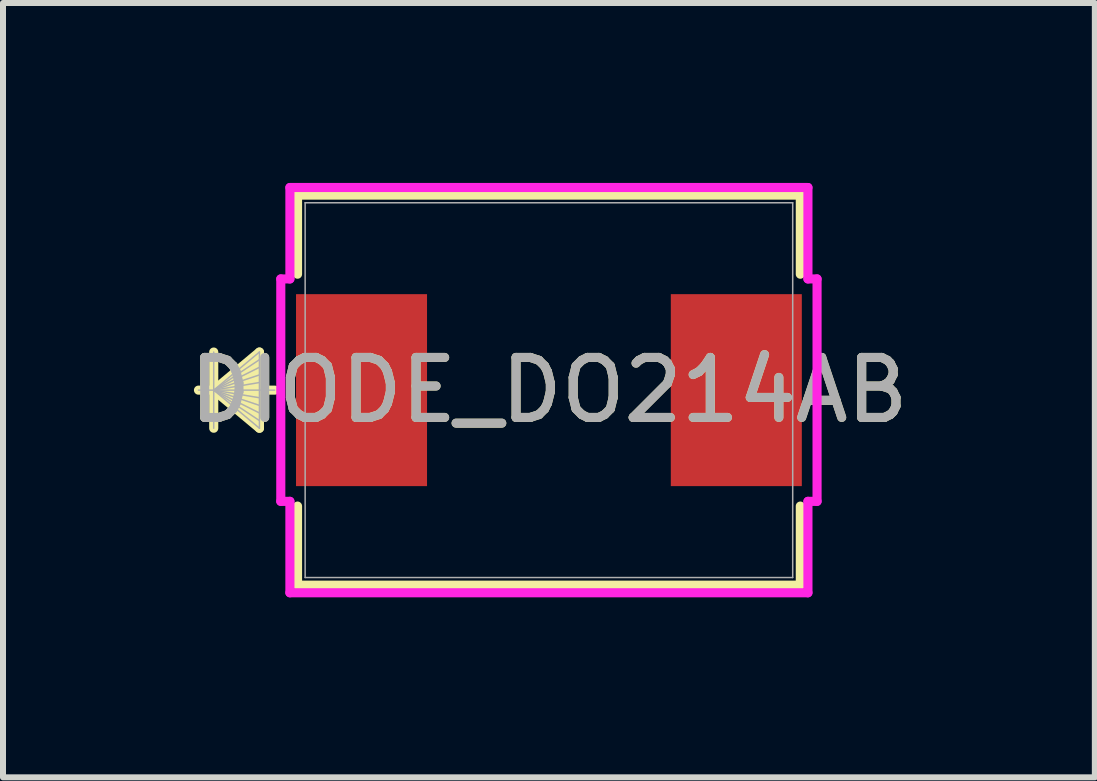
<source format=kicad_pcb>
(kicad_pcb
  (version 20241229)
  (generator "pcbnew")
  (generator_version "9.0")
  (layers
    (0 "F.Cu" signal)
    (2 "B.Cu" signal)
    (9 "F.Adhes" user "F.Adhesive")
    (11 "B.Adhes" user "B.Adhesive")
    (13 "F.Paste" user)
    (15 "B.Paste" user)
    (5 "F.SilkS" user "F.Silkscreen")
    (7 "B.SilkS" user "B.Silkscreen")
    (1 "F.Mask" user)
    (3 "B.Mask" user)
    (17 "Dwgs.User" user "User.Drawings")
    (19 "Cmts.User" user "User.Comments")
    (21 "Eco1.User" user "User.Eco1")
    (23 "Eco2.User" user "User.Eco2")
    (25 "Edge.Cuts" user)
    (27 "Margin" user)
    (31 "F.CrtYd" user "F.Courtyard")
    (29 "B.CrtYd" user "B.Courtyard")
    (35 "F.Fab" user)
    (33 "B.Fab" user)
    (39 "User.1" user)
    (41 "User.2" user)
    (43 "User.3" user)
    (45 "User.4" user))
  (footprint "DIODE_DO214AB"
    (layer "F.Cu")
    (at 6.101 3.454)
    (property "Reference" "DIODE_DO214AB" (at 0 0 0) (unlocked yes) (layer "F.SilkS") (effects (font (size 1 1) (thickness 0.15))))
    (attr smd)
    (fp_line (start -5.588 -0.635) (end -5.588 0.635) (stroke (width 0.152) (type solid)) (layer "F.SilkS"))
    (fp_line (start -5.588 0) (end -4.826 -0.635) (stroke (width 0.152) (type solid)) (layer "F.SilkS"))
    (fp_line (start -5.588 0) (end -4.826 -0.508) (stroke (width 0.152) (type solid)) (layer "F.SilkS"))
    (fp_line (start -5.588 0) (end -4.826 -0.381) (stroke (width 0.152) (type solid)) (layer "F.SilkS"))
    (fp_line (start -5.588 0) (end -4.826 -0.254) (stroke (width 0.152) (type solid)) (layer "F.SilkS"))
    (fp_line (start -5.588 0) (end -4.826 -0.127) (stroke (width 0.152) (type solid)) (layer "F.SilkS"))
    (fp_line (start -5.588 0) (end -4.826 0.127) (stroke (width 0.152) (type solid)) (layer "F.SilkS"))
    (fp_line (start -5.588 0) (end -4.826 0.254) (stroke (width 0.152) (type solid)) (layer "F.SilkS"))
    (fp_line (start -5.588 0) (end -4.826 0.381) (stroke (width 0.152) (type solid)) (layer "F.SilkS"))
    (fp_line (start -5.588 0) (end -4.826 0.508) (stroke (width 0.152) (type solid)) (layer "F.SilkS"))
    (fp_line (start -5.588 0) (end -4.826 0.635) (stroke (width 0.152) (type solid)) (layer "F.SilkS"))
    (fp_line (start -4.826 -0.635) (end -4.826 0.635) (stroke (width 0.152) (type solid)) (layer "F.SilkS"))
    (fp_line (start -4.572 0) (end -5.842 0) (stroke (width 0.152) (type solid)) (layer "F.SilkS"))
    (fp_line (start -4.191 -3.251) (end -4.191 -1.933) (stroke (width 0.152) (type solid)) (layer "F.SilkS"))
    (fp_line (start -4.191 1.933) (end -4.191 3.251) (stroke (width 0.152) (type solid)) (layer "F.SilkS"))
    (fp_line (start -4.191 3.251) (end 4.191 3.251) (stroke (width 0.152) (type solid)) (layer "F.SilkS"))
    (fp_line (start 4.191 -3.251) (end -4.191 -3.251) (stroke (width 0.152) (type solid)) (layer "F.SilkS"))
    (fp_line (start 4.191 -1.933) (end 4.191 -3.251) (stroke (width 0.152) (type solid)) (layer "F.SilkS"))
    (fp_line (start 4.191 3.251) (end 4.191 1.933) (stroke (width 0.152) (type solid)) (layer "F.SilkS"))
    (fp_line (start -4.47 -1.854) (end -4.318 -1.854) (stroke (width 0.152) (type solid)) (layer "F.CrtYd"))
    (fp_line (start -4.47 1.854) (end -4.47 -1.854) (stroke (width 0.152) (type solid)) (layer "F.CrtYd"))
    (fp_line (start -4.318 -3.378) (end 4.318 -3.378) (stroke (width 0.152) (type solid)) (layer "F.CrtYd"))
    (fp_line (start -4.318 -1.854) (end -4.318 -3.378) (stroke (width 0.152) (type solid)) (layer "F.CrtYd"))
    (fp_line (start -4.318 1.854) (end -4.47 1.854) (stroke (width 0.152) (type solid)) (layer "F.CrtYd"))
    (fp_line (start -4.318 3.378) (end -4.318 1.854) (stroke (width 0.152) (type solid)) (layer "F.CrtYd"))
    (fp_line (start 4.318 -3.378) (end 4.318 -1.854) (stroke (width 0.152) (type solid)) (layer "F.CrtYd"))
    (fp_line (start 4.318 -1.854) (end 4.47 -1.854) (stroke (width 0.152) (type solid)) (layer "F.CrtYd"))
    (fp_line (start 4.318 1.854) (end 4.318 3.378) (stroke (width 0.152) (type solid)) (layer "F.CrtYd"))
    (fp_line (start 4.318 3.378) (end -4.318 3.378) (stroke (width 0.152) (type solid)) (layer "F.CrtYd"))
    (fp_line (start 4.47 -1.854) (end 4.47 1.854) (stroke (width 0.152) (type solid)) (layer "F.CrtYd"))
    (fp_line (start 4.47 1.854) (end 4.318 1.854) (stroke (width 0.152) (type solid)) (layer "F.CrtYd"))
    (fp_line (start -5.588 -0.635) (end -5.588 0.635) (stroke (width 0.025) (type solid)) (layer "F.Fab"))
    (fp_line (start -5.588 0) (end -4.826 -0.635) (stroke (width 0.025) (type solid)) (layer "F.Fab"))
    (fp_line (start -5.588 0) (end -4.826 -0.508) (stroke (width 0.025) (type solid)) (layer "F.Fab"))
    (fp_line (start -5.588 0) (end -4.826 -0.381) (stroke (width 0.025) (type solid)) (layer "F.Fab"))
    (fp_line (start -5.588 0) (end -4.826 -0.254) (stroke (width 0.025) (type solid)) (layer "F.Fab"))
    (fp_line (start -5.588 0) (end -4.826 -0.127) (stroke (width 0.025) (type solid)) (layer "F.Fab"))
    (fp_line (start -5.588 0) (end -4.826 0.127) (stroke (width 0.025) (type solid)) (layer "F.Fab"))
    (fp_line (start -5.588 0) (end -4.826 0.254) (stroke (width 0.025) (type solid)) (layer "F.Fab"))
    (fp_line (start -5.588 0) (end -4.826 0.381) (stroke (width 0.025) (type solid)) (layer "F.Fab"))
    (fp_line (start -5.588 0) (end -4.826 0.508) (stroke (width 0.025) (type solid)) (layer "F.Fab"))
    (fp_line (start -5.588 0) (end -4.826 0.635) (stroke (width 0.025) (type solid)) (layer "F.Fab"))
    (fp_line (start -4.826 -0.635) (end -4.826 0.635) (stroke (width 0.025) (type solid)) (layer "F.Fab"))
    (fp_line (start -4.572 0) (end -5.842 0) (stroke (width 0.025) (type solid)) (layer "F.Fab"))
    (fp_line (start -4.064 -3.124) (end -4.064 3.124) (stroke (width 0.025) (type solid)) (layer "F.Fab"))
    (fp_line (start -4.064 3.124) (end 4.064 3.124) (stroke (width 0.025) (type solid)) (layer "F.Fab"))
    (fp_line (start 4.064 -3.124) (end -4.064 -3.124) (stroke (width 0.025) (type solid)) (layer "F.Fab"))
    (fp_line (start 4.064 3.124) (end 4.064 -3.124) (stroke (width 0.025) (type solid)) (layer "F.Fab"))
    (fp_text user "${REFERENCE}" (at 0 0 0) (unlocked yes) (layer "F.Fab") (effects (font (size 1 1) (thickness 0.15))))
    (pad "1" smd rect (at -3.124 0 90) (size 3.2 2.184) (layers "F.Cu" "F.Mask" "F.Paste"))
    (pad "2" smd rect (at 3.124 0 90) (size 3.2 2.184) (layers "F.Cu" "F.Mask" "F.Paste"))
    (zone (net_name "") (layer "F.Cu") (hatch full 0.508) (connect_pads) (min_thickness 0.254) (filled_areas_thickness no) (keepout (tracks not_allowed) (vias not_allowed) (pads allowed) (copperpour not_allowed) (footprints allowed)) (placement (enabled no)) (fill) (polygon (pts (xy 2.088 0.381) (xy 10.114 0.381) (xy 10.114 1.803) (xy 2.088 1.803))))
    (zone (net_name "") (layer "F.Cu") (hatch full 0.508) (connect_pads) (min_thickness 0.254) (filled_areas_thickness no) (keepout (tracks not_allowed) (vias not_allowed) (pads allowed) (copperpour not_allowed) (footprints allowed)) (placement (enabled no)) (fill) (polygon (pts (xy 2.088 5.105) (xy 10.114 5.105) (xy 10.114 6.528) (xy 2.088 6.528))))
    (zone (net_name "") (layer "F.Cu") (hatch full 0.508) (connect_pads) (min_thickness 0.254) (filled_areas_thickness no) (keepout (tracks not_allowed) (vias not_allowed) (pads allowed) (copperpour not_allowed) (footprints allowed)) (placement (enabled no)) (fill) (polygon (pts (xy 4.12 1.803) (xy 8.082 1.803) (xy 8.082 5.105) (xy 4.12 5.105)))))
  (gr_rect
    (start -3 -3)
    (end 15.202 9.909)
    (stroke (width 0.1) (type default))
    (fill no)
    (layer "Edge.Cuts")))
</source>
